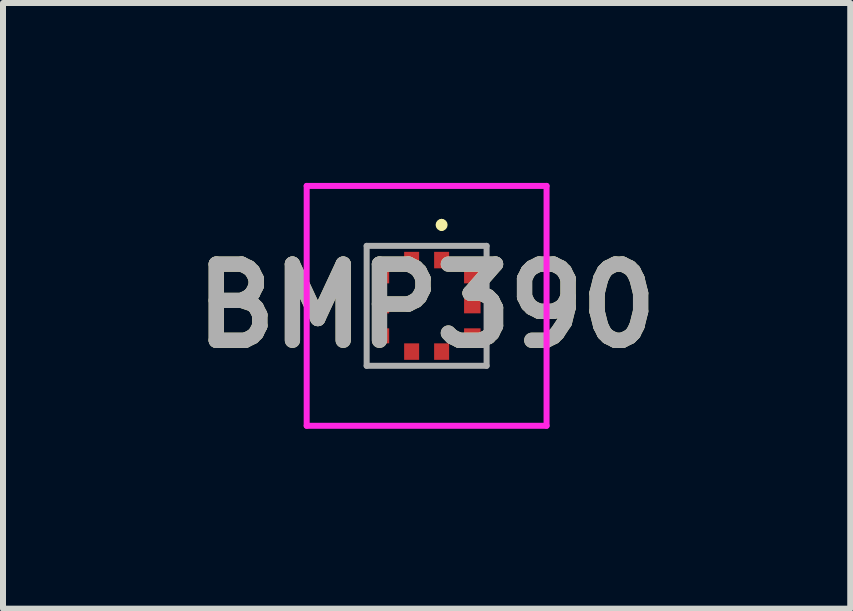
<source format=kicad_pcb>
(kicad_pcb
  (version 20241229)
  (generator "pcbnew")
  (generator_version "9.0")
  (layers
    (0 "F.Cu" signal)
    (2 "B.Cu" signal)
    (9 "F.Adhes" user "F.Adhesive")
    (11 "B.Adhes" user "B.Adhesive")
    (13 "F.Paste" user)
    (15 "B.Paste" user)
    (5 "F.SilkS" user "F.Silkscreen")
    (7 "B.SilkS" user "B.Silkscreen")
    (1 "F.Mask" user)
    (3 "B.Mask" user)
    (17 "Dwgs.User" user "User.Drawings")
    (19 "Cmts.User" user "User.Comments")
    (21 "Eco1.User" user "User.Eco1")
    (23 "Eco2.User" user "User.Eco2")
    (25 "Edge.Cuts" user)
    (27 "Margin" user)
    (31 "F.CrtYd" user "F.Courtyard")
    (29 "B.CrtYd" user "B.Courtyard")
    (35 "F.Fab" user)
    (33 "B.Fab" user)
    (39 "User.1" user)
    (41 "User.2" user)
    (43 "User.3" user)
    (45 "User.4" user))
  (footprint "BMP390"
    (layer "F.Cu")
    (at 4.064 2.05)
    (property "Reference" "BMP390" (at 0 0 0) (layer "F.SilkS") (effects (font (size 1.27 1.27) (thickness 0.254))))
    (attr smd)
    (fp_line (start 0.25 -1.4) (end 0.25 -1.4) (stroke (width 0.1) (type solid)) (layer "F.SilkS"))
    (fp_line (start 0.25 -1.3) (end 0.25 -1.3) (stroke (width 0.1) (type solid)) (layer "F.SilkS"))
    (fp_arc (start 0.25 -1.4) (mid 0.3 -1.35) (end 0.25 -1.3) (stroke (width 0.1) (type solid)) (layer "F.SilkS"))
    (fp_arc (start 0.25 -1.3) (mid 0.2 -1.35) (end 0.25 -1.4) (stroke (width 0.1) (type solid)) (layer "F.SilkS"))
    (fp_line (start -2 -2) (end 2 -2) (stroke (width 0.1) (type solid)) (layer "F.CrtYd"))
    (fp_line (start -2 2) (end -2 -2) (stroke (width 0.1) (type solid)) (layer "F.CrtYd"))
    (fp_line (start 2 -2) (end 2 2) (stroke (width 0.1) (type solid)) (layer "F.CrtYd"))
    (fp_line (start 2 2) (end -2 2) (stroke (width 0.1) (type solid)) (layer "F.CrtYd"))
    (fp_line (start -1 -1) (end 1 -1) (stroke (width 0.1) (type solid)) (layer "F.Fab"))
    (fp_line (start -1 1) (end -1 -1) (stroke (width 0.1) (type solid)) (layer "F.Fab"))
    (fp_line (start 1 -1) (end 1 1) (stroke (width 0.1) (type solid)) (layer "F.Fab"))
    (fp_line (start 1 1) (end -1 1) (stroke (width 0.1) (type solid)) (layer "F.Fab"))
    (fp_text user "${REFERENCE}" (at 0 0 0) (layer "F.Fab") (effects (font (size 1.27 1.27) (thickness 0.254))))
    (pad "1" smd rect (at 0.25 -0.763) (size 0.25 0.275) (layers "F.Cu" "F.Mask" "F.Paste"))
    (pad "2" smd rect (at -0.25 -0.763) (size 0.25 0.275) (layers "F.Cu" "F.Mask" "F.Paste"))
    (pad "3" smd rect (at -0.762 -0.5 90) (size 0.25 0.275) (layers "F.Cu" "F.Mask" "F.Paste"))
    (pad "4" smd rect (at -0.762 0 90) (size 0.25 0.275) (layers "F.Cu" "F.Mask" "F.Paste"))
    (pad "5" smd rect (at -0.762 0.5 90) (size 0.25 0.275) (layers "F.Cu" "F.Mask" "F.Paste"))
    (pad "6" smd rect (at -0.25 0.763) (size 0.25 0.275) (layers "F.Cu" "F.Mask" "F.Paste"))
    (pad "7" smd rect (at 0.25 0.763) (size 0.25 0.275) (layers "F.Cu" "F.Mask" "F.Paste"))
    (pad "8" smd rect (at 0.762 0.5 90) (size 0.25 0.275) (layers "F.Cu" "F.Mask" "F.Paste"))
    (pad "9" smd rect (at 0.762 0 90) (size 0.25 0.275) (layers "F.Cu" "F.Mask" "F.Paste"))
    (pad "10" smd rect (at 0.762 -0.5 90) (size 0.25 0.275) (layers "F.Cu" "F.Mask" "F.Paste")))
  (gr_rect
    (start -3 -3)
    (end 11.128 7.1)
    (stroke (width 0.1) (type default))
    (fill no)
    (layer "Edge.Cuts")))
</source>
